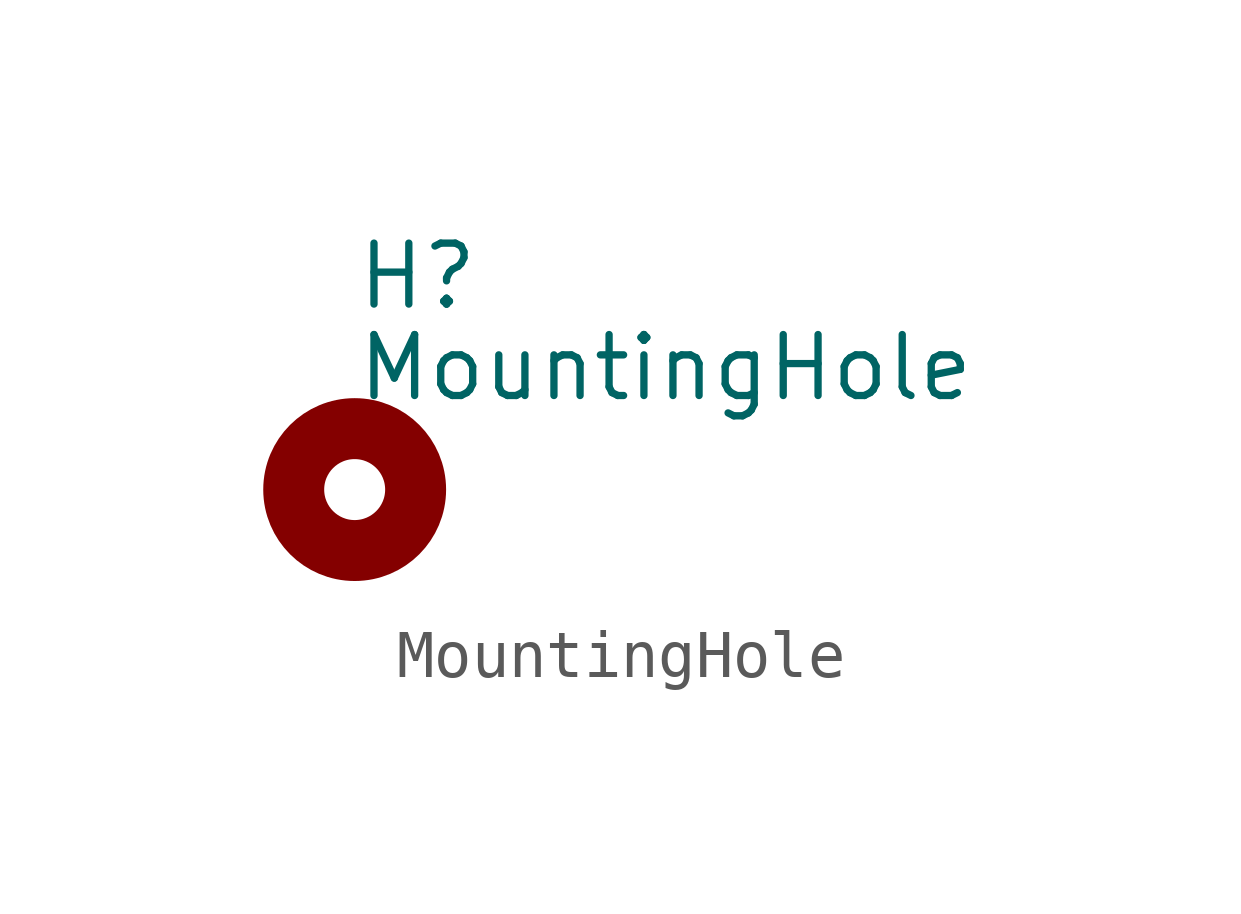
<source format=kicad_sym>
(kicad_symbol_lib
  (version 20231120)
  (generator "kicad_symbol_editor")
  (generator_version "8.0")
  (symbol "MountingHole"
    (pin_names
      (offset 1.016))
    (property "Reference" "H"
      (at 0 4.445 0)
      (effects (font (size 1.27 1.27)) (justify left)))
    (property "Value" "MountingHole"
      (at 0 2.54 0)
      (effects (font (size 1.27 1.27)) (justify left)))
    (symbol "MountingHole_0_1"
      (circle (center 0 0) (radius 1.27) (stroke (width 1.27) (type default)) (fill (type none))))))
</source>
